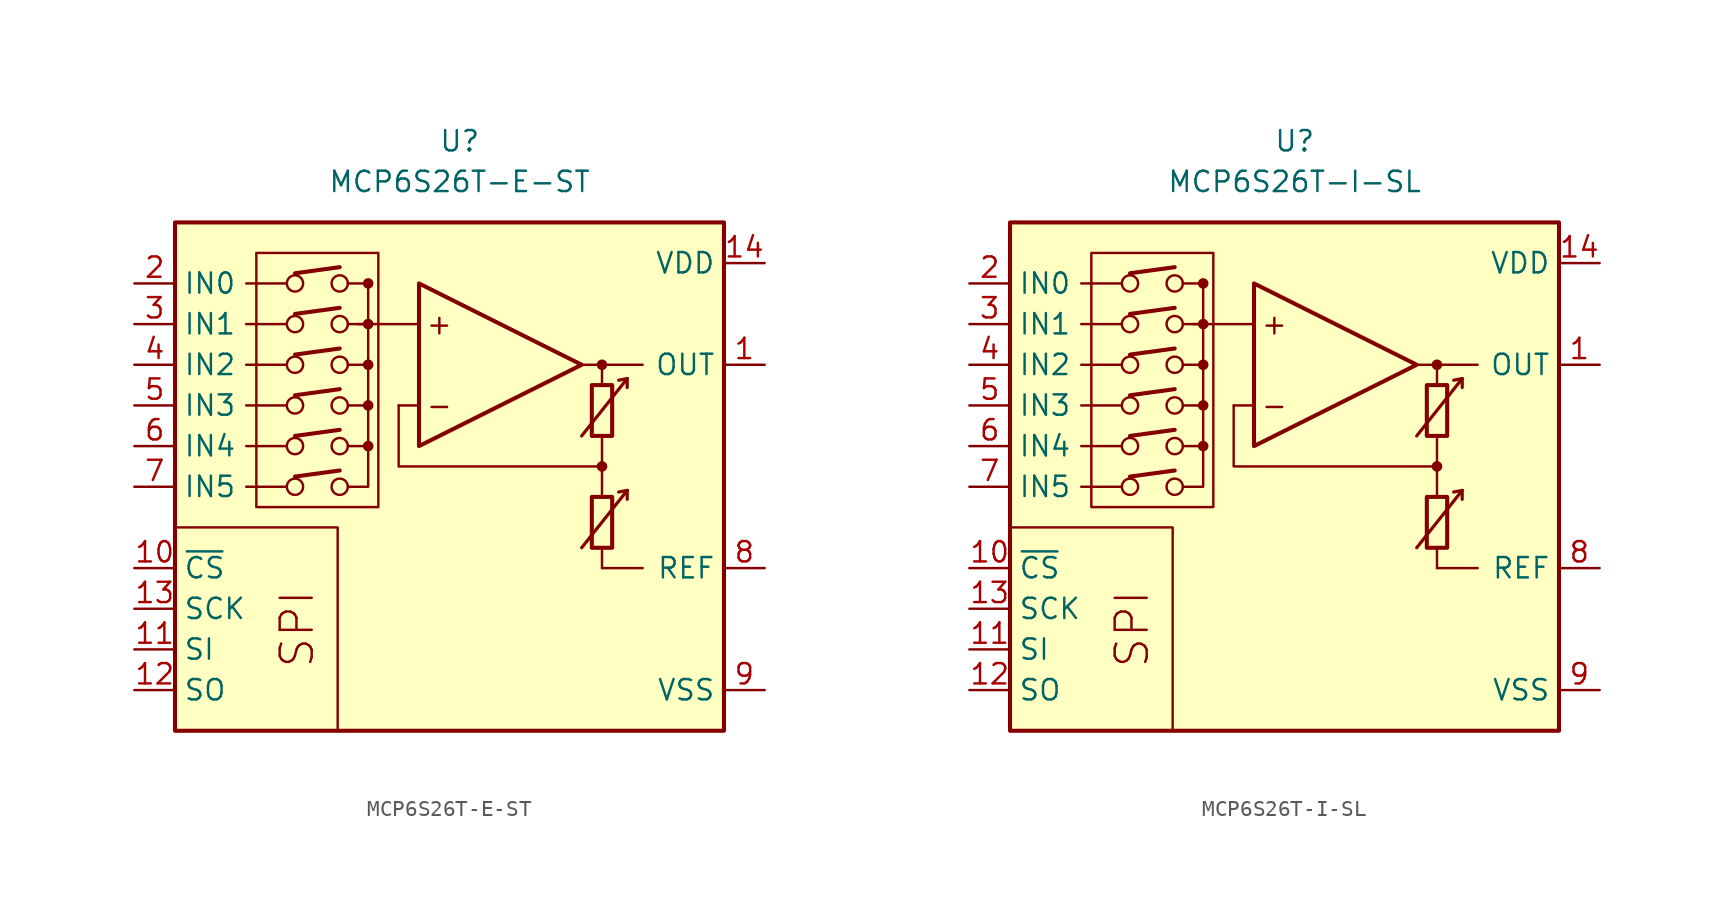
<source format=kicad_sym>
(kicad_symbol_lib
  (version 20211014)
  (generator kicad_symbol_editor)
  (symbol "MCP6S26T-E-ST"
    (property "Reference" "U"
      (at 0 19.05 0)
      (effects (font (size 1.27 1.27))))
    (property "Value" "MCP6S26T-E-ST"
      (at 0 16.51 0)
      (effects (font (size 1.27 1.27))))
    (symbol "MCP6S26T-E-ST_0_0"
      (rectangle (start -17.78 13.97) (end 16.51 -17.78) (stroke (width 0.254) (type default) (color 0 0 0 0)) (fill (type background)))
      (rectangle (start -12.7 12.065) (end -5.08 -3.81) (stroke (width 0.152) (type default) (color 0 0 0 0)) (fill (type none)))
      (circle (center -10.287 -2.54) (radius 0.508) (stroke (width 0) (type default) (color 0 0 0 0)) (fill (type none)))
      (circle (center -10.287 0) (radius 0.508) (stroke (width 0) (type default) (color 0 0 0 0)) (fill (type none)))
      (circle (center -10.287 2.54) (radius 0.508) (stroke (width 0) (type default) (color 0 0 0 0)) (fill (type none)))
      (circle (center -10.287 5.08) (radius 0.508) (stroke (width 0) (type default) (color 0 0 0 0)) (fill (type none)))
      (circle (center -10.287 7.62) (radius 0.508) (stroke (width 0) (type default) (color 0 0 0 0)) (fill (type none)))
      (circle (center -10.287 10.16) (radius 0.508) (stroke (width 0) (type default) (color 0 0 0 0)) (fill (type none)))
      (circle (center -7.493 -2.54) (radius 0.508) (stroke (width 0) (type default) (color 0 0 0 0)) (fill (type none)))
      (circle (center -7.493 0) (radius 0.508) (stroke (width 0) (type default) (color 0 0 0 0)) (fill (type none)))
      (circle (center -7.493 2.54) (radius 0.508) (stroke (width 0) (type default) (color 0 0 0 0)) (fill (type none)))
      (circle (center -7.493 5.08) (radius 0.508) (stroke (width 0) (type default) (color 0 0 0 0)) (fill (type none)))
      (circle (center -7.493 7.62) (radius 0.508) (stroke (width 0) (type default) (color 0 0 0 0)) (fill (type none)))
      (circle (center -7.493 10.16) (radius 0.508) (stroke (width 0) (type default) (color 0 0 0 0)) (fill (type none)))
      (circle (center -5.715 0) (radius 0.254) (stroke (width 0.152) (type default) (color 0 0 0 0)) (fill (type outline)))
      (circle (center -5.715 2.54) (radius 0.254) (stroke (width 0.152) (type default) (color 0 0 0 0)) (fill (type outline)))
      (circle (center -5.715 5.08) (radius 0.254) (stroke (width 0.152) (type default) (color 0 0 0 0)) (fill (type outline)))
      (circle (center -5.715 7.62) (radius 0.254) (stroke (width 0.152) (type default) (color 0 0 0 0)) (fill (type outline)))
      (circle (center -5.715 10.16) (radius 0.254) (stroke (width 0.152) (type default) (color 0 0 0 0)) (fill (type outline)))
      (polyline (pts (xy 8.89 -3.81)) (stroke (width 0.152) (type default) (color 0 0 0 0)) (fill (type none)))
      (polyline (pts (xy 8.89 3.81)) (stroke (width 0.152) (type default) (color 0 0 0 0)) (fill (type none)))
      (polyline (pts (xy -10.795 -2.54) (xy -13.335 -2.54)) (stroke (width 0.152) (type default) (color 0 0 0 0)) (fill (type none)))
      (polyline (pts (xy -10.795 0) (xy -13.335 0)) (stroke (width 0.152) (type default) (color 0 0 0 0)) (fill (type none)))
      (polyline (pts (xy -10.795 2.54) (xy -13.335 2.54)) (stroke (width 0.152) (type default) (color 0 0 0 0)) (fill (type none)))
      (polyline (pts (xy -10.795 5.08) (xy -13.335 5.08)) (stroke (width 0.152) (type default) (color 0 0 0 0)) (fill (type none)))
      (polyline (pts (xy -10.795 7.62) (xy -13.335 7.62)) (stroke (width 0.152) (type default) (color 0 0 0 0)) (fill (type none)))
      (polyline (pts (xy -10.795 10.16) (xy -13.335 10.16)) (stroke (width 0.152) (type default) (color 0 0 0 0)) (fill (type none)))
      (polyline (pts (xy -10.287 -1.905) (xy -7.493 -1.524)) (stroke (width 0.254) (type default) (color 0 0 0 0)) (fill (type none)))
      (polyline (pts (xy -10.287 0.635) (xy -7.493 1.016)) (stroke (width 0.254) (type default) (color 0 0 0 0)) (fill (type none)))
      (polyline (pts (xy -10.287 3.175) (xy -7.493 3.556)) (stroke (width 0.254) (type default) (color 0 0 0 0)) (fill (type none)))
      (polyline (pts (xy -10.287 5.715) (xy -7.493 6.096)) (stroke (width 0.254) (type default) (color 0 0 0 0)) (fill (type none)))
      (polyline (pts (xy -10.287 8.255) (xy -7.493 8.636)) (stroke (width 0.254) (type default) (color 0 0 0 0)) (fill (type none)))
      (polyline (pts (xy -10.287 10.795) (xy -7.493 11.176)) (stroke (width 0.254) (type default) (color 0 0 0 0)) (fill (type none)))
      (polyline (pts (xy -5.715 10.16) (xy -6.985 10.16)) (stroke (width 0.152) (type default) (color 0 0 0 0)) (fill (type none)))
      (polyline (pts (xy -2.54 2.54) (xy -3.81 2.54)) (stroke (width 0.152) (type default) (color 0 0 0 0)) (fill (type none)))
      (polyline (pts (xy -2.54 7.62) (xy -6.35 7.62)) (stroke (width 0.152) (type default) (color 0 0 0 0)) (fill (type none)))
      (polyline (pts (xy 7.62 5.08) (xy 11.43 5.08)) (stroke (width 0.152) (type default) (color 0 0 0 0)) (fill (type none)))
      (polyline (pts (xy 8.89 -6.35) (xy 8.89 -7.62)) (stroke (width 0.152) (type default) (color 0 0 0 0)) (fill (type none)))
      (polyline (pts (xy 8.89 -1.27) (xy 8.89 -3.175)) (stroke (width 0.152) (type default) (color 0 0 0 0)) (fill (type none)))
      (polyline (pts (xy 8.89 0.635) (xy 8.89 -1.27)) (stroke (width 0.152) (type default) (color 0 0 0 0)) (fill (type none)))
      (polyline (pts (xy 8.89 5.08) (xy 8.89 3.81)) (stroke (width 0.152) (type default) (color 0 0 0 0)) (fill (type none)))
      (polyline (pts (xy -7.62 -17.78) (xy -7.62 -5.08) (xy -17.78 -5.08)) (stroke (width 0.152) (type default) (color 0 0 0 0)) (fill (type none)))
      (polyline (pts (xy -6.985 -2.54) (xy -5.715 -2.54) (xy -5.715 0)) (stroke (width 0.152) (type default) (color 0 0 0 0)) (fill (type none)))
      (polyline (pts (xy -6.985 0) (xy -5.715 0) (xy -5.715 2.54)) (stroke (width 0.152) (type default) (color 0 0 0 0)) (fill (type none)))
      (polyline (pts (xy -6.985 2.54) (xy -5.715 2.54) (xy -5.715 5.08)) (stroke (width 0.152) (type default) (color 0 0 0 0)) (fill (type none)))
      (polyline (pts (xy -6.985 5.08) (xy -5.715 5.08) (xy -5.715 7.62)) (stroke (width 0.152) (type default) (color 0 0 0 0)) (fill (type none)))
      (polyline (pts (xy -6.985 7.62) (xy -5.715 7.62) (xy -5.715 10.16)) (stroke (width 0.152) (type default) (color 0 0 0 0)) (fill (type none)))
      (polyline (pts (xy 8.89 -1.27) (xy -3.81 -1.27) (xy -3.81 2.54)) (stroke (width 0.152) (type default) (color 0 0 0 0)) (fill (type none)))
      (circle (center 8.89 -1.27) (radius 0.254) (stroke (width 0.152) (type default) (color 0 0 0 0)) (fill (type outline)))
      (circle (center 8.89 5.08) (radius 0.254) (stroke (width 0.152) (type default) (color 0 0 0 0)) (fill (type outline)))
      (text "+" (at -1.27 7.62 0) (effects (font (size 1.27 1.27))))
      (text "-" (at -1.27 2.54 0) (effects (font (size 1.27 1.27))))
      (text "SPI" (at -10.16 -11.43 900) (effects (font (size 2 2)))))
    (symbol "MCP6S26T-E-ST_0_1"
      (polyline (pts (xy 8.89 -7.62) (xy 11.43 -7.62)) (stroke (width 0) (type default) (color 0 0 0 0)) (fill (type none)))
      (polyline (pts (xy 10.465 -2.769) (xy 9.931 -2.87)) (stroke (width 0.2) (type default) (color 0 0 0 0)) (fill (type none)))
      (polyline (pts (xy 10.465 -2.769) (xy 10.465 -3.327)) (stroke (width 0.2) (type default) (color 0 0 0 0)) (fill (type none)))
      (polyline (pts (xy 10.465 4.216) (xy 9.931 4.115)) (stroke (width 0.2) (type default) (color 0 0 0 0)) (fill (type none)))
      (polyline (pts (xy 10.465 4.216) (xy 10.465 3.658)) (stroke (width 0.2) (type default) (color 0 0 0 0)) (fill (type none)))
      (polyline (pts (xy -2.54 10.16) (xy -2.54 0) (xy 7.62 5.08) (xy -2.54 10.16)) (stroke (width 0.254) (type default) (color 0 0 0 0)) (fill (type background)))
      (polyline (pts (xy 7.62 -6.35) (xy 10.465 -2.769) (xy 10.465 -2.769) (xy 10.465 -2.769)) (stroke (width 0.2) (type default) (color 0 0 0 0)) (fill (type none)))
      (polyline (pts (xy 7.62 0.635) (xy 10.465 4.216) (xy 10.465 4.216) (xy 10.465 4.216)) (stroke (width 0.2) (type default) (color 0 0 0 0)) (fill (type none)))
      (rectangle (start 8.255 -3.175) (end 9.525 -6.35) (stroke (width 0.254) (type default) (color 0 0 0 0)) (fill (type none)))
      (rectangle (start 8.255 3.81) (end 9.525 0.635) (stroke (width 0.254) (type default) (color 0 0 0 0)) (fill (type none))))
    (symbol "MCP6S26T-E-ST_1_1"
      (pin output line (at 19.05 5.08 180) (length 2.54) (name "OUT" (effects (font (size 1.27 1.27)))) (number "1" (effects (font (size 1.27 1.27)))))
      (pin input line (at -20.32 -7.62 0) (length 2.54) (name "~{CS}" (effects (font (size 1.27 1.27)))) (number "10" (effects (font (size 1.27 1.27)))))
      (pin input line (at -20.32 -12.7 0) (length 2.54) (name "SI" (effects (font (size 1.27 1.27)))) (number "11" (effects (font (size 1.27 1.27)))))
      (pin output line (at -20.32 -15.24 0) (length 2.54) (name "SO" (effects (font (size 1.27 1.27)))) (number "12" (effects (font (size 1.27 1.27)))))
      (pin input line (at -20.32 -10.16 0) (length 2.54) (name "SCK" (effects (font (size 1.27 1.27)))) (number "13" (effects (font (size 1.27 1.27)))))
      (pin power_in line (at 19.05 11.43 180) (length 2.54) (name "VDD" (effects (font (size 1.27 1.27)))) (number "14" (effects (font (size 1.27 1.27)))))
      (pin input line (at -20.32 10.16 0) (length 2.54) (name "IN0" (effects (font (size 1.27 1.27)))) (number "2" (effects (font (size 1.27 1.27)))))
      (pin input line (at -20.32 7.62 0) (length 2.54) (name "IN1" (effects (font (size 1.27 1.27)))) (number "3" (effects (font (size 1.27 1.27)))))
      (pin input line (at -20.32 5.08 0) (length 2.54) (name "IN2" (effects (font (size 1.27 1.27)))) (number "4" (effects (font (size 1.27 1.27)))))
      (pin input line (at -20.32 2.54 0) (length 2.54) (name "IN3" (effects (font (size 1.27 1.27)))) (number "5" (effects (font (size 1.27 1.27)))))
      (pin input line (at -20.32 0 0) (length 2.54) (name "IN4" (effects (font (size 1.27 1.27)))) (number "6" (effects (font (size 1.27 1.27)))))
      (pin input line (at -20.32 -2.54 0) (length 2.54) (name "IN5" (effects (font (size 1.27 1.27)))) (number "7" (effects (font (size 1.27 1.27)))))
      (pin passive line (at 19.05 -7.62 180) (length 2.54) (name "REF" (effects (font (size 1.27 1.27)))) (number "8" (effects (font (size 1.27 1.27)))))
      (pin power_in line (at 19.05 -15.24 180) (length 2.54) (name "VSS" (effects (font (size 1.27 1.27)))) (number "9" (effects (font (size 1.27 1.27)))))))
  (symbol "MCP6S26T-I-SL"
    (property "Reference" "U"
      (at 0 19.05 0)
      (effects (font (size 1.27 1.27))))
    (property "Value" "MCP6S26T-I-SL"
      (at 0 16.51 0)
      (effects (font (size 1.27 1.27))))
    (symbol "MCP6S26T-I-SL_0_0"
      (rectangle (start -17.78 13.97) (end 16.51 -17.78) (stroke (width 0.254) (type default) (color 0 0 0 0)) (fill (type background)))
      (rectangle (start -12.7 12.065) (end -5.08 -3.81) (stroke (width 0.152) (type default) (color 0 0 0 0)) (fill (type none)))
      (circle (center -10.287 -2.54) (radius 0.508) (stroke (width 0) (type default) (color 0 0 0 0)) (fill (type none)))
      (circle (center -10.287 0) (radius 0.508) (stroke (width 0) (type default) (color 0 0 0 0)) (fill (type none)))
      (circle (center -10.287 2.54) (radius 0.508) (stroke (width 0) (type default) (color 0 0 0 0)) (fill (type none)))
      (circle (center -10.287 5.08) (radius 0.508) (stroke (width 0) (type default) (color 0 0 0 0)) (fill (type none)))
      (circle (center -10.287 7.62) (radius 0.508) (stroke (width 0) (type default) (color 0 0 0 0)) (fill (type none)))
      (circle (center -10.287 10.16) (radius 0.508) (stroke (width 0) (type default) (color 0 0 0 0)) (fill (type none)))
      (circle (center -7.493 -2.54) (radius 0.508) (stroke (width 0) (type default) (color 0 0 0 0)) (fill (type none)))
      (circle (center -7.493 0) (radius 0.508) (stroke (width 0) (type default) (color 0 0 0 0)) (fill (type none)))
      (circle (center -7.493 2.54) (radius 0.508) (stroke (width 0) (type default) (color 0 0 0 0)) (fill (type none)))
      (circle (center -7.493 5.08) (radius 0.508) (stroke (width 0) (type default) (color 0 0 0 0)) (fill (type none)))
      (circle (center -7.493 7.62) (radius 0.508) (stroke (width 0) (type default) (color 0 0 0 0)) (fill (type none)))
      (circle (center -7.493 10.16) (radius 0.508) (stroke (width 0) (type default) (color 0 0 0 0)) (fill (type none)))
      (circle (center -5.715 0) (radius 0.254) (stroke (width 0.152) (type default) (color 0 0 0 0)) (fill (type outline)))
      (circle (center -5.715 2.54) (radius 0.254) (stroke (width 0.152) (type default) (color 0 0 0 0)) (fill (type outline)))
      (circle (center -5.715 5.08) (radius 0.254) (stroke (width 0.152) (type default) (color 0 0 0 0)) (fill (type outline)))
      (circle (center -5.715 7.62) (radius 0.254) (stroke (width 0.152) (type default) (color 0 0 0 0)) (fill (type outline)))
      (circle (center -5.715 10.16) (radius 0.254) (stroke (width 0.152) (type default) (color 0 0 0 0)) (fill (type outline)))
      (polyline (pts (xy 8.89 -3.81)) (stroke (width 0.152) (type default) (color 0 0 0 0)) (fill (type none)))
      (polyline (pts (xy 8.89 3.81)) (stroke (width 0.152) (type default) (color 0 0 0 0)) (fill (type none)))
      (polyline (pts (xy -10.795 -2.54) (xy -13.335 -2.54)) (stroke (width 0.152) (type default) (color 0 0 0 0)) (fill (type none)))
      (polyline (pts (xy -10.795 0) (xy -13.335 0)) (stroke (width 0.152) (type default) (color 0 0 0 0)) (fill (type none)))
      (polyline (pts (xy -10.795 2.54) (xy -13.335 2.54)) (stroke (width 0.152) (type default) (color 0 0 0 0)) (fill (type none)))
      (polyline (pts (xy -10.795 5.08) (xy -13.335 5.08)) (stroke (width 0.152) (type default) (color 0 0 0 0)) (fill (type none)))
      (polyline (pts (xy -10.795 7.62) (xy -13.335 7.62)) (stroke (width 0.152) (type default) (color 0 0 0 0)) (fill (type none)))
      (polyline (pts (xy -10.795 10.16) (xy -13.335 10.16)) (stroke (width 0.152) (type default) (color 0 0 0 0)) (fill (type none)))
      (polyline (pts (xy -10.287 -1.905) (xy -7.493 -1.524)) (stroke (width 0.254) (type default) (color 0 0 0 0)) (fill (type none)))
      (polyline (pts (xy -10.287 0.635) (xy -7.493 1.016)) (stroke (width 0.254) (type default) (color 0 0 0 0)) (fill (type none)))
      (polyline (pts (xy -10.287 3.175) (xy -7.493 3.556)) (stroke (width 0.254) (type default) (color 0 0 0 0)) (fill (type none)))
      (polyline (pts (xy -10.287 5.715) (xy -7.493 6.096)) (stroke (width 0.254) (type default) (color 0 0 0 0)) (fill (type none)))
      (polyline (pts (xy -10.287 8.255) (xy -7.493 8.636)) (stroke (width 0.254) (type default) (color 0 0 0 0)) (fill (type none)))
      (polyline (pts (xy -10.287 10.795) (xy -7.493 11.176)) (stroke (width 0.254) (type default) (color 0 0 0 0)) (fill (type none)))
      (polyline (pts (xy -5.715 10.16) (xy -6.985 10.16)) (stroke (width 0.152) (type default) (color 0 0 0 0)) (fill (type none)))
      (polyline (pts (xy -2.54 2.54) (xy -3.81 2.54)) (stroke (width 0.152) (type default) (color 0 0 0 0)) (fill (type none)))
      (polyline (pts (xy -2.54 7.62) (xy -6.35 7.62)) (stroke (width 0.152) (type default) (color 0 0 0 0)) (fill (type none)))
      (polyline (pts (xy 7.62 5.08) (xy 11.43 5.08)) (stroke (width 0.152) (type default) (color 0 0 0 0)) (fill (type none)))
      (polyline (pts (xy 8.89 -6.35) (xy 8.89 -7.62)) (stroke (width 0.152) (type default) (color 0 0 0 0)) (fill (type none)))
      (polyline (pts (xy 8.89 -1.27) (xy 8.89 -3.175)) (stroke (width 0.152) (type default) (color 0 0 0 0)) (fill (type none)))
      (polyline (pts (xy 8.89 0.635) (xy 8.89 -1.27)) (stroke (width 0.152) (type default) (color 0 0 0 0)) (fill (type none)))
      (polyline (pts (xy 8.89 5.08) (xy 8.89 3.81)) (stroke (width 0.152) (type default) (color 0 0 0 0)) (fill (type none)))
      (polyline (pts (xy -7.62 -17.78) (xy -7.62 -5.08) (xy -17.78 -5.08)) (stroke (width 0.152) (type default) (color 0 0 0 0)) (fill (type none)))
      (polyline (pts (xy -6.985 -2.54) (xy -5.715 -2.54) (xy -5.715 0)) (stroke (width 0.152) (type default) (color 0 0 0 0)) (fill (type none)))
      (polyline (pts (xy -6.985 0) (xy -5.715 0) (xy -5.715 2.54)) (stroke (width 0.152) (type default) (color 0 0 0 0)) (fill (type none)))
      (polyline (pts (xy -6.985 2.54) (xy -5.715 2.54) (xy -5.715 5.08)) (stroke (width 0.152) (type default) (color 0 0 0 0)) (fill (type none)))
      (polyline (pts (xy -6.985 5.08) (xy -5.715 5.08) (xy -5.715 7.62)) (stroke (width 0.152) (type default) (color 0 0 0 0)) (fill (type none)))
      (polyline (pts (xy -6.985 7.62) (xy -5.715 7.62) (xy -5.715 10.16)) (stroke (width 0.152) (type default) (color 0 0 0 0)) (fill (type none)))
      (polyline (pts (xy 8.89 -1.27) (xy -3.81 -1.27) (xy -3.81 2.54)) (stroke (width 0.152) (type default) (color 0 0 0 0)) (fill (type none)))
      (circle (center 8.89 -1.27) (radius 0.254) (stroke (width 0.152) (type default) (color 0 0 0 0)) (fill (type outline)))
      (circle (center 8.89 5.08) (radius 0.254) (stroke (width 0.152) (type default) (color 0 0 0 0)) (fill (type outline)))
      (text "+" (at -1.27 7.62 0) (effects (font (size 1.27 1.27))))
      (text "-" (at -1.27 2.54 0) (effects (font (size 1.27 1.27))))
      (text "SPI" (at -10.16 -11.43 900) (effects (font (size 2 2)))))
    (symbol "MCP6S26T-I-SL_0_1"
      (polyline (pts (xy 8.89 -7.62) (xy 11.43 -7.62)) (stroke (width 0) (type default) (color 0 0 0 0)) (fill (type none)))
      (polyline (pts (xy 10.465 -2.769) (xy 9.931 -2.87)) (stroke (width 0.2) (type default) (color 0 0 0 0)) (fill (type none)))
      (polyline (pts (xy 10.465 -2.769) (xy 10.465 -3.327)) (stroke (width 0.2) (type default) (color 0 0 0 0)) (fill (type none)))
      (polyline (pts (xy 10.465 4.216) (xy 9.931 4.115)) (stroke (width 0.2) (type default) (color 0 0 0 0)) (fill (type none)))
      (polyline (pts (xy 10.465 4.216) (xy 10.465 3.658)) (stroke (width 0.2) (type default) (color 0 0 0 0)) (fill (type none)))
      (polyline (pts (xy -2.54 10.16) (xy -2.54 0) (xy 7.62 5.08) (xy -2.54 10.16)) (stroke (width 0.254) (type default) (color 0 0 0 0)) (fill (type background)))
      (polyline (pts (xy 7.62 -6.35) (xy 10.465 -2.769) (xy 10.465 -2.769) (xy 10.465 -2.769)) (stroke (width 0.2) (type default) (color 0 0 0 0)) (fill (type none)))
      (polyline (pts (xy 7.62 0.635) (xy 10.465 4.216) (xy 10.465 4.216) (xy 10.465 4.216)) (stroke (width 0.2) (type default) (color 0 0 0 0)) (fill (type none)))
      (rectangle (start 8.255 -3.175) (end 9.525 -6.35) (stroke (width 0.254) (type default) (color 0 0 0 0)) (fill (type none)))
      (rectangle (start 8.255 3.81) (end 9.525 0.635) (stroke (width 0.254) (type default) (color 0 0 0 0)) (fill (type none))))
    (symbol "MCP6S26T-I-SL_1_1"
      (pin output line (at 19.05 5.08 180) (length 2.54) (name "OUT" (effects (font (size 1.27 1.27)))) (number "1" (effects (font (size 1.27 1.27)))))
      (pin input line (at -20.32 -7.62 0) (length 2.54) (name "~{CS}" (effects (font (size 1.27 1.27)))) (number "10" (effects (font (size 1.27 1.27)))))
      (pin input line (at -20.32 -12.7 0) (length 2.54) (name "SI" (effects (font (size 1.27 1.27)))) (number "11" (effects (font (size 1.27 1.27)))))
      (pin output line (at -20.32 -15.24 0) (length 2.54) (name "SO" (effects (font (size 1.27 1.27)))) (number "12" (effects (font (size 1.27 1.27)))))
      (pin input line (at -20.32 -10.16 0) (length 2.54) (name "SCK" (effects (font (size 1.27 1.27)))) (number "13" (effects (font (size 1.27 1.27)))))
      (pin power_in line (at 19.05 11.43 180) (length 2.54) (name "VDD" (effects (font (size 1.27 1.27)))) (number "14" (effects (font (size 1.27 1.27)))))
      (pin input line (at -20.32 10.16 0) (length 2.54) (name "IN0" (effects (font (size 1.27 1.27)))) (number "2" (effects (font (size 1.27 1.27)))))
      (pin input line (at -20.32 7.62 0) (length 2.54) (name "IN1" (effects (font (size 1.27 1.27)))) (number "3" (effects (font (size 1.27 1.27)))))
      (pin input line (at -20.32 5.08 0) (length 2.54) (name "IN2" (effects (font (size 1.27 1.27)))) (number "4" (effects (font (size 1.27 1.27)))))
      (pin input line (at -20.32 2.54 0) (length 2.54) (name "IN3" (effects (font (size 1.27 1.27)))) (number "5" (effects (font (size 1.27 1.27)))))
      (pin input line (at -20.32 0 0) (length 2.54) (name "IN4" (effects (font (size 1.27 1.27)))) (number "6" (effects (font (size 1.27 1.27)))))
      (pin input line (at -20.32 -2.54 0) (length 2.54) (name "IN5" (effects (font (size 1.27 1.27)))) (number "7" (effects (font (size 1.27 1.27)))))
      (pin passive line (at 19.05 -7.62 180) (length 2.54) (name "REF" (effects (font (size 1.27 1.27)))) (number "8" (effects (font (size 1.27 1.27)))))
      (pin power_in line (at 19.05 -15.24 180) (length 2.54) (name "VSS" (effects (font (size 1.27 1.27)))) (number "9" (effects (font (size 1.27 1.27))))))))
</source>
